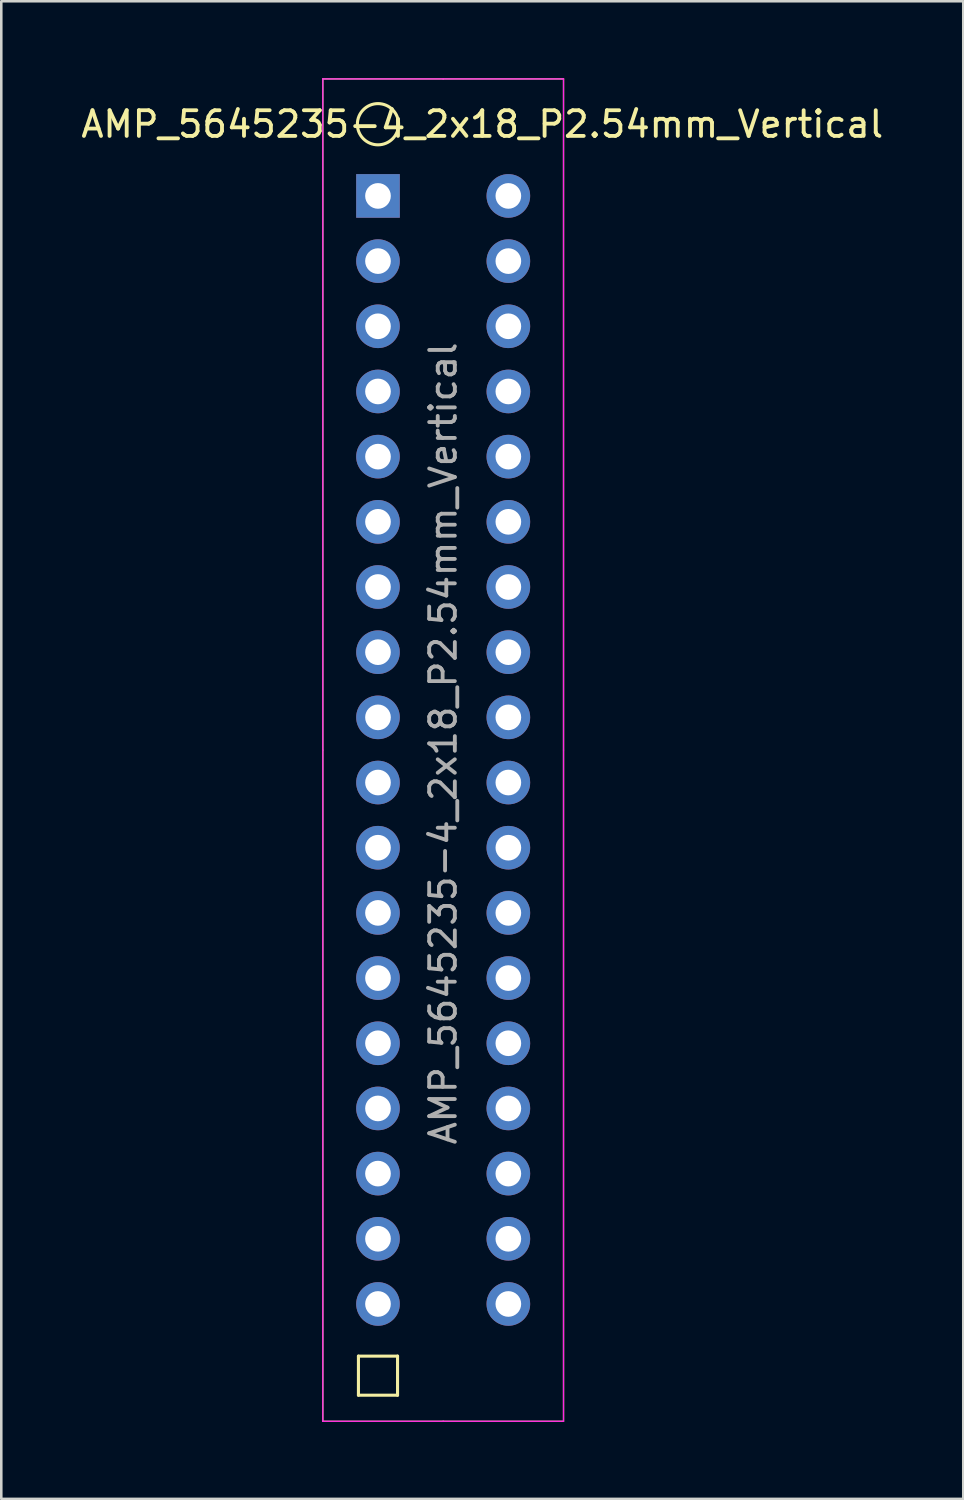
<source format=kicad_pcb>
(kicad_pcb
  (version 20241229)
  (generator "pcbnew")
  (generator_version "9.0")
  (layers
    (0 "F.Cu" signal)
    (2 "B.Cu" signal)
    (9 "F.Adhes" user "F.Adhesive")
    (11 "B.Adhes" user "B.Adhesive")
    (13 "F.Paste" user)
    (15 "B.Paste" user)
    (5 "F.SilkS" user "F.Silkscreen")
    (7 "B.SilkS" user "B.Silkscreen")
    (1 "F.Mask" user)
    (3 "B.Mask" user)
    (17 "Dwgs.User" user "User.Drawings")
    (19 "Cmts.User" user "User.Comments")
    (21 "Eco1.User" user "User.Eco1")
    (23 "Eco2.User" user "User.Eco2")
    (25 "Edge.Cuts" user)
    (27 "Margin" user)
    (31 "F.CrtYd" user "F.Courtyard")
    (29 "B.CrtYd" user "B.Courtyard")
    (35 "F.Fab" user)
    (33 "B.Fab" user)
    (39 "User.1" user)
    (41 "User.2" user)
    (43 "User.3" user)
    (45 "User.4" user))
  (footprint "AMP_5645235-4_2x18_P2.54mm_Vertical"
    (layer "F.Cu")
    (at 11.68 4.585)
    (property "Reference" "AMP_5645235-4_2x18_P2.54mm_Vertical" (at 4.064 -2.794 0) (layer "F.SilkS") (effects (font (size 1 1) (thickness 0.15))))
    (attr through_hole)
    (fp_line (start -2.15 -4.56) (end 2.54 -4.56) (stroke (width 0.05) (type solid)) (layer "F.SilkS"))
    (fp_line (start -2.15 21.59) (end -2.15 -4.56) (stroke (width 0.05) (type solid)) (layer "F.SilkS"))
    (fp_line (start -2.15 47.752) (end -2.15 21.602) (stroke (width 0.05) (type solid)) (layer "F.SilkS"))
    (fp_line (start -0.762 45.212) (end -0.762 46.736) (stroke (width 0.12) (type solid)) (layer "F.SilkS"))
    (fp_line (start -0.762 46.736) (end 0.762 46.736) (stroke (width 0.12) (type solid)) (layer "F.SilkS"))
    (fp_line (start 0.762 45.212) (end -0.762 45.212) (stroke (width 0.12) (type solid)) (layer "F.SilkS"))
    (fp_line (start 0.762 46.736) (end 0.762 45.212) (stroke (width 0.12) (type solid)) (layer "F.SilkS"))
    (fp_line (start 2.54 47.752) (end -2.15 47.752) (stroke (width 0.05) (type solid)) (layer "F.SilkS"))
    (fp_line (start 7.23 -4.56) (end 2.54 -4.56) (stroke (width 0.05) (type solid)) (layer "F.SilkS"))
    (fp_line (start 7.23 -4.56) (end 7.23 21.59) (stroke (width 0.05) (type solid)) (layer "F.SilkS"))
    (fp_line (start 7.23 21.602) (end 7.23 47.752) (stroke (width 0.05) (type solid)) (layer "F.SilkS"))
    (fp_line (start 7.23 47.752) (end 2.54 47.752) (stroke (width 0.05) (type solid)) (layer "F.SilkS"))
    (fp_circle (center 0 -2.794) (end 0.762 -2.54) (stroke (width 0.12) (type solid)) (fill no) (layer "F.SilkS"))
    (fp_line (start -2.15 -4.56) (end 2.54 -4.56) (stroke (width 0.05) (type solid)) (layer "F.CrtYd"))
    (fp_line (start -2.15 21.59) (end -2.15 -4.56) (stroke (width 0.05) (type solid)) (layer "F.CrtYd"))
    (fp_line (start -2.15 47.752) (end -2.15 21.602) (stroke (width 0.05) (type solid)) (layer "F.CrtYd"))
    (fp_line (start 2.54 47.752) (end -2.15 47.752) (stroke (width 0.05) (type solid)) (layer "F.CrtYd"))
    (fp_line (start 7.23 -4.56) (end 2.54 -4.56) (stroke (width 0.05) (type solid)) (layer "F.CrtYd"))
    (fp_line (start 7.23 -4.56) (end 7.23 21.59) (stroke (width 0.05) (type solid)) (layer "F.CrtYd"))
    (fp_line (start 7.23 21.602) (end 7.23 47.752) (stroke (width 0.05) (type solid)) (layer "F.CrtYd"))
    (fp_line (start 7.23 47.752) (end 2.54 47.752) (stroke (width 0.05) (type solid)) (layer "F.CrtYd"))
    (fp_text user "${REFERENCE}" (at 2.54 21.336 270) (layer "F.Fab") (effects (font (size 1 1) (thickness 0.15))))
    (pad "1" thru_hole rect (at 0 0) (size 1.7 1.7) (drill 1) (layers "*.Cu" "*.Mask"))
    (pad "2" thru_hole oval (at 5.08 0) (size 1.7 1.7) (drill 1) (layers "*.Cu" "*.Mask"))
    (pad "3" thru_hole oval (at 0 2.54) (size 1.7 1.7) (drill 1) (layers "*.Cu" "*.Mask"))
    (pad "4" thru_hole oval (at 5.08 2.54) (size 1.7 1.7) (drill 1) (layers "*.Cu" "*.Mask"))
    (pad "5" thru_hole oval (at 0 5.08) (size 1.7 1.7) (drill 1) (layers "*.Cu" "*.Mask"))
    (pad "6" thru_hole oval (at 5.08 5.08) (size 1.7 1.7) (drill 1) (layers "*.Cu" "*.Mask"))
    (pad "7" thru_hole oval (at 0 7.62) (size 1.7 1.7) (drill 1) (layers "*.Cu" "*.Mask"))
    (pad "8" thru_hole oval (at 5.08 7.62) (size 1.7 1.7) (drill 1) (layers "*.Cu" "*.Mask"))
    (pad "9" thru_hole oval (at 0 10.16) (size 1.7 1.7) (drill 1) (layers "*.Cu" "*.Mask"))
    (pad "10" thru_hole oval (at 5.08 10.16) (size 1.7 1.7) (drill 1) (layers "*.Cu" "*.Mask"))
    (pad "11" thru_hole oval (at 0 12.7) (size 1.7 1.7) (drill 1) (layers "*.Cu" "*.Mask"))
    (pad "12" thru_hole oval (at 5.08 12.7) (size 1.7 1.7) (drill 1) (layers "*.Cu" "*.Mask"))
    (pad "13" thru_hole oval (at 0 15.24) (size 1.7 1.7) (drill 1) (layers "*.Cu" "*.Mask"))
    (pad "14" thru_hole oval (at 5.08 15.24) (size 1.7 1.7) (drill 1) (layers "*.Cu" "*.Mask"))
    (pad "15" thru_hole oval (at 0 17.78) (size 1.7 1.7) (drill 1) (layers "*.Cu" "*.Mask"))
    (pad "16" thru_hole oval (at 5.08 17.78) (size 1.7 1.7) (drill 1) (layers "*.Cu" "*.Mask"))
    (pad "17" thru_hole oval (at 0 20.32) (size 1.7 1.7) (drill 1) (layers "*.Cu" "*.Mask"))
    (pad "18" thru_hole oval (at 5.08 20.32) (size 1.7 1.7) (drill 1) (layers "*.Cu" "*.Mask"))
    (pad "19" thru_hole oval (at 0 22.86) (size 1.7 1.7) (drill 1) (layers "*.Cu" "*.Mask"))
    (pad "20" thru_hole oval (at 5.08 22.86) (size 1.7 1.7) (drill 1) (layers "*.Cu" "*.Mask"))
    (pad "21" thru_hole oval (at 0 25.4) (size 1.7 1.7) (drill 1) (layers "*.Cu" "*.Mask"))
    (pad "22" thru_hole oval (at 5.08 25.4) (size 1.7 1.7) (drill 1) (layers "*.Cu" "*.Mask"))
    (pad "23" thru_hole oval (at 0 27.94) (size 1.7 1.7) (drill 1) (layers "*.Cu" "*.Mask"))
    (pad "24" thru_hole oval (at 5.08 27.94) (size 1.7 1.7) (drill 1) (layers "*.Cu" "*.Mask"))
    (pad "25" thru_hole oval (at 0 30.48) (size 1.7 1.7) (drill 1) (layers "*.Cu" "*.Mask"))
    (pad "26" thru_hole oval (at 5.08 30.48) (size 1.7 1.7) (drill 1) (layers "*.Cu" "*.Mask"))
    (pad "27" thru_hole oval (at 0 33.02) (size 1.7 1.7) (drill 1) (layers "*.Cu" "*.Mask"))
    (pad "28" thru_hole oval (at 5.08 33.02) (size 1.7 1.7) (drill 1) (layers "*.Cu" "*.Mask"))
    (pad "29" thru_hole oval (at 0 35.56) (size 1.7 1.7) (drill 1) (layers "*.Cu" "*.Mask"))
    (pad "30" thru_hole oval (at 5.08 35.56) (size 1.7 1.7) (drill 1) (layers "*.Cu" "*.Mask"))
    (pad "31" thru_hole oval (at 0 38.1) (size 1.7 1.7) (drill 1) (layers "*.Cu" "*.Mask"))
    (pad "32" thru_hole oval (at 5.08 38.1) (size 1.7 1.7) (drill 1) (layers "*.Cu" "*.Mask"))
    (pad "33" thru_hole oval (at 0 40.64) (size 1.7 1.7) (drill 1) (layers "*.Cu" "*.Mask"))
    (pad "34" thru_hole oval (at 5.08 40.64) (size 1.7 1.7) (drill 1) (layers "*.Cu" "*.Mask"))
    (pad "35" thru_hole oval (at 0 43.18) (size 1.7 1.7) (drill 1) (layers "*.Cu" "*.Mask"))
    (pad "36" thru_hole oval (at 5.08 43.18) (size 1.7 1.7) (drill 1) (layers "*.Cu" "*.Mask")))
  (gr_rect
    (start -3 -3)
    (end 34.488 55.362)
    (stroke (width 0.1) (type default))
    (fill no)
    (layer "Edge.Cuts")))
</source>
